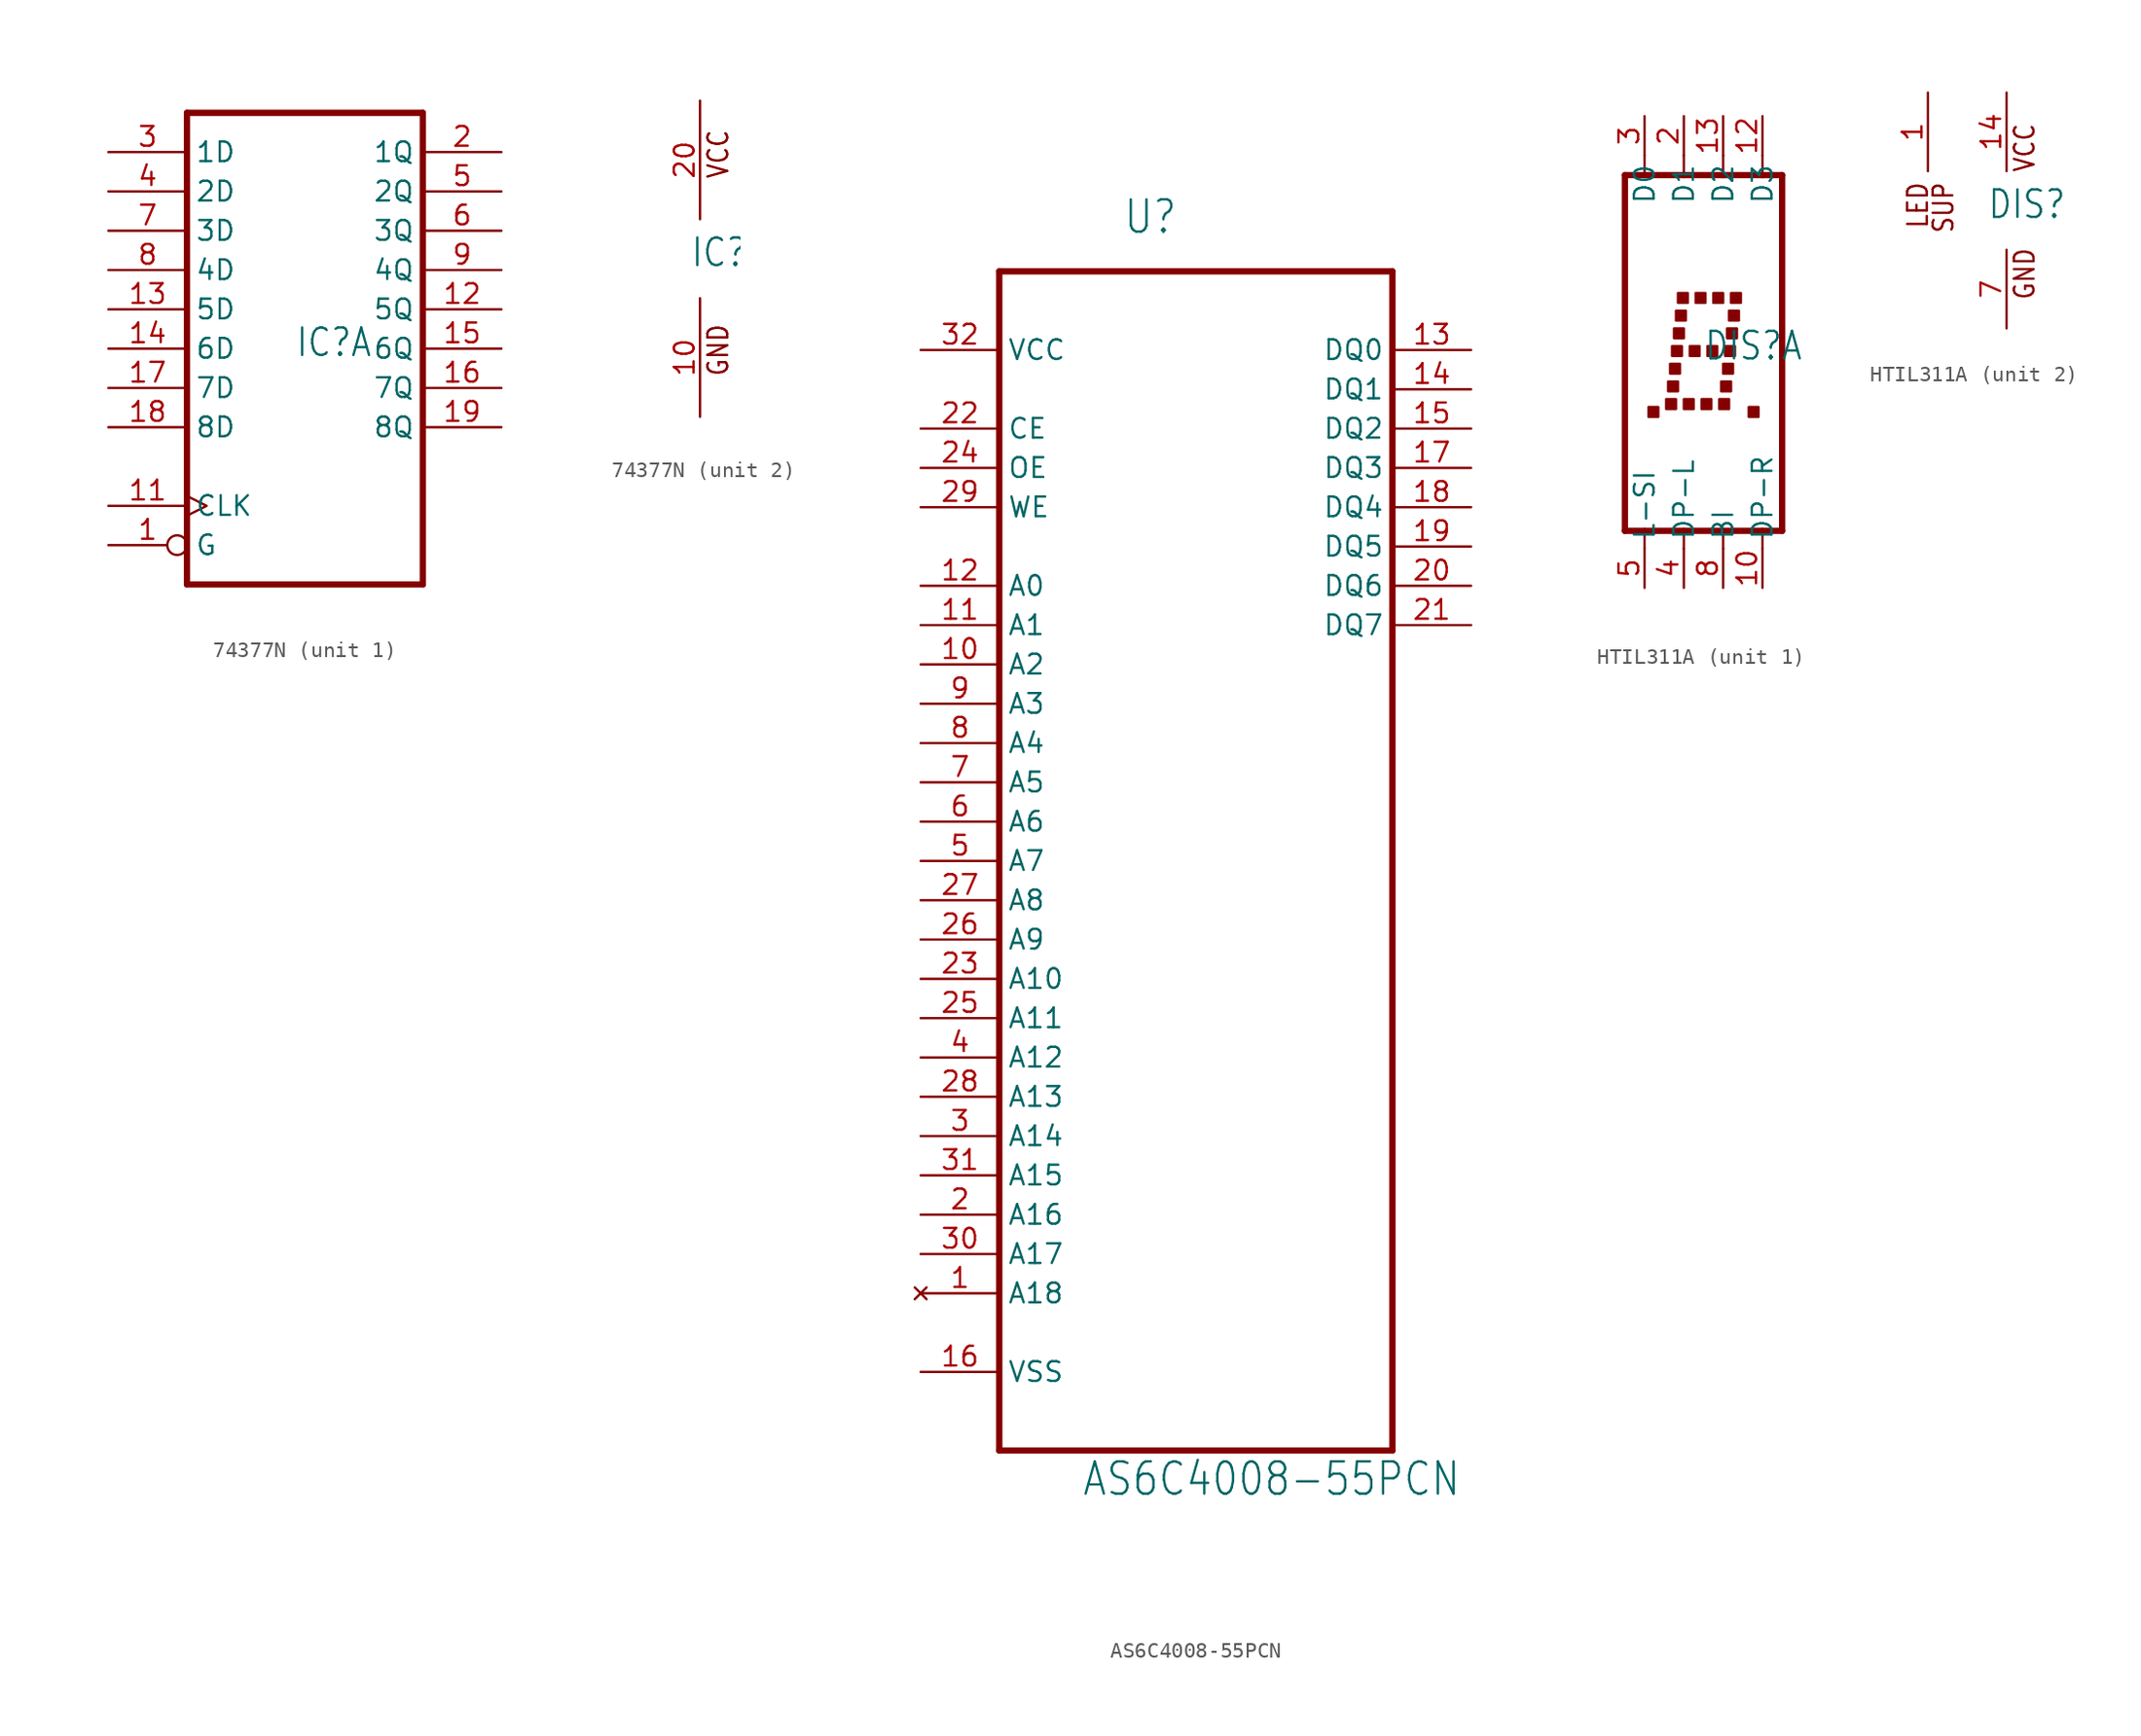
<source format=kicad_sym>
(kicad_symbol_lib
  (version 20211014)
  (generator kicad_symbol_editor)
  (symbol "74377N"
    (property "Reference" "IC"
      (at -0.635 -0.635 0)
      (effects (font (size 1.778 1.511)) (justify left bottom)))
    (property "ki_locked" ""
      (at 0 0 0)
      (effects (font (size 1.27 1.27))))
    (symbol "74377N_1_0"
      (polyline (pts (xy -7.62 -15.24) (xy 7.62 -15.24)) (stroke (width 0.406) (type default) (color 0 0 0 0)) (fill (type none)))
      (polyline (pts (xy -7.62 15.24) (xy -7.62 -15.24)) (stroke (width 0.406) (type default) (color 0 0 0 0)) (fill (type none)))
      (polyline (pts (xy 7.62 -15.24) (xy 7.62 15.24)) (stroke (width 0.406) (type default) (color 0 0 0 0)) (fill (type none)))
      (polyline (pts (xy 7.62 15.24) (xy -7.62 15.24)) (stroke (width 0.406) (type default) (color 0 0 0 0)) (fill (type none)))
      (pin input inverted (at -12.7 -12.7 0) (length 5.08) (name "G" (effects (font (size 1.27 1.27)))) (number "1" (effects (font (size 1.27 1.27)))))
      (pin input clock (at -12.7 -10.16 0) (length 5.08) (name "CLK" (effects (font (size 1.27 1.27)))) (number "11" (effects (font (size 1.27 1.27)))))
      (pin output line (at 12.7 2.54 180) (length 5.08) (name "5Q" (effects (font (size 1.27 1.27)))) (number "12" (effects (font (size 1.27 1.27)))))
      (pin input line (at -12.7 2.54 0) (length 5.08) (name "5D" (effects (font (size 1.27 1.27)))) (number "13" (effects (font (size 1.27 1.27)))))
      (pin input line (at -12.7 0 0) (length 5.08) (name "6D" (effects (font (size 1.27 1.27)))) (number "14" (effects (font (size 1.27 1.27)))))
      (pin output line (at 12.7 0 180) (length 5.08) (name "6Q" (effects (font (size 1.27 1.27)))) (number "15" (effects (font (size 1.27 1.27)))))
      (pin output line (at 12.7 -2.54 180) (length 5.08) (name "7Q" (effects (font (size 1.27 1.27)))) (number "16" (effects (font (size 1.27 1.27)))))
      (pin input line (at -12.7 -2.54 0) (length 5.08) (name "7D" (effects (font (size 1.27 1.27)))) (number "17" (effects (font (size 1.27 1.27)))))
      (pin input line (at -12.7 -5.08 0) (length 5.08) (name "8D" (effects (font (size 1.27 1.27)))) (number "18" (effects (font (size 1.27 1.27)))))
      (pin output line (at 12.7 -5.08 180) (length 5.08) (name "8Q" (effects (font (size 1.27 1.27)))) (number "19" (effects (font (size 1.27 1.27)))))
      (pin output line (at 12.7 12.7 180) (length 5.08) (name "1Q" (effects (font (size 1.27 1.27)))) (number "2" (effects (font (size 1.27 1.27)))))
      (pin input line (at -12.7 12.7 0) (length 5.08) (name "1D" (effects (font (size 1.27 1.27)))) (number "3" (effects (font (size 1.27 1.27)))))
      (pin input line (at -12.7 10.16 0) (length 5.08) (name "2D" (effects (font (size 1.27 1.27)))) (number "4" (effects (font (size 1.27 1.27)))))
      (pin output line (at 12.7 10.16 180) (length 5.08) (name "2Q" (effects (font (size 1.27 1.27)))) (number "5" (effects (font (size 1.27 1.27)))))
      (pin output line (at 12.7 7.62 180) (length 5.08) (name "3Q" (effects (font (size 1.27 1.27)))) (number "6" (effects (font (size 1.27 1.27)))))
      (pin input line (at -12.7 7.62 0) (length 5.08) (name "3D" (effects (font (size 1.27 1.27)))) (number "7" (effects (font (size 1.27 1.27)))))
      (pin input line (at -12.7 5.08 0) (length 5.08) (name "4D" (effects (font (size 1.27 1.27)))) (number "8" (effects (font (size 1.27 1.27)))))
      (pin output line (at 12.7 5.08 180) (length 5.08) (name "4Q" (effects (font (size 1.27 1.27)))) (number "9" (effects (font (size 1.27 1.27))))))
    (symbol "74377N_2_0"
      (text "GND" (at 1.905 -7.62 900) (effects (font (size 1.27 1.079)) (justify left bottom)))
      (text "VCC" (at 1.905 5.08 900) (effects (font (size 1.27 1.079)) (justify left bottom)))
      (pin power_in line (at 0 -10.16 90) (length 7.62) (name "GND" (effects (font (size 0 0)))) (number "10" (effects (font (size 1.27 1.27)))))
      (pin power_in line (at 0 10.16 270) (length 7.62) (name "VCC" (effects (font (size 0 0)))) (number "20" (effects (font (size 1.27 1.27)))))))
  (symbol "AS6C4008-55PCN"
    (property "Reference" "U"
      (at -4.724 37.871 0)
      (effects (font (size 2.083 1.77)) (justify left bottom)))
    (property "Value" "AS6C4008-55PCN"
      (at -7.391 -43.688 0)
      (effects (font (size 2.083 1.77)) (justify left bottom)))
    (property "ki_locked" ""
      (at 0 0 0)
      (effects (font (size 1.27 1.27))))
    (symbol "AS6C4008-55PCN_1_0"
      (polyline (pts (xy -12.7 -40.64) (xy 12.7 -40.64)) (stroke (width 0.406) (type default) (color 0 0 0 0)) (fill (type none)))
      (polyline (pts (xy -12.7 35.56) (xy -12.7 -40.64)) (stroke (width 0.406) (type default) (color 0 0 0 0)) (fill (type none)))
      (polyline (pts (xy 12.7 -40.64) (xy 12.7 35.56)) (stroke (width 0.406) (type default) (color 0 0 0 0)) (fill (type none)))
      (polyline (pts (xy 12.7 35.56) (xy -12.7 35.56)) (stroke (width 0.406) (type default) (color 0 0 0 0)) (fill (type none)))
      (pin no_connect line (at -17.78 -30.48 0) (length 5.08) (name "A18" (effects (font (size 1.27 1.27)))) (number "1" (effects (font (size 1.27 1.27)))))
      (pin input line (at -17.78 10.16 0) (length 5.08) (name "A2" (effects (font (size 1.27 1.27)))) (number "10" (effects (font (size 1.27 1.27)))))
      (pin input line (at -17.78 12.7 0) (length 5.08) (name "A1" (effects (font (size 1.27 1.27)))) (number "11" (effects (font (size 1.27 1.27)))))
      (pin input line (at -17.78 15.24 0) (length 5.08) (name "A0" (effects (font (size 1.27 1.27)))) (number "12" (effects (font (size 1.27 1.27)))))
      (pin bidirectional line (at 17.78 30.48 180) (length 5.08) (name "DQ0" (effects (font (size 1.27 1.27)))) (number "13" (effects (font (size 1.27 1.27)))))
      (pin bidirectional line (at 17.78 27.94 180) (length 5.08) (name "DQ1" (effects (font (size 1.27 1.27)))) (number "14" (effects (font (size 1.27 1.27)))))
      (pin bidirectional line (at 17.78 25.4 180) (length 5.08) (name "DQ2" (effects (font (size 1.27 1.27)))) (number "15" (effects (font (size 1.27 1.27)))))
      (pin bidirectional line (at -17.78 -35.56 0) (length 5.08) (name "VSS" (effects (font (size 1.27 1.27)))) (number "16" (effects (font (size 1.27 1.27)))))
      (pin bidirectional line (at 17.78 22.86 180) (length 5.08) (name "DQ3" (effects (font (size 1.27 1.27)))) (number "17" (effects (font (size 1.27 1.27)))))
      (pin bidirectional line (at 17.78 20.32 180) (length 5.08) (name "DQ4" (effects (font (size 1.27 1.27)))) (number "18" (effects (font (size 1.27 1.27)))))
      (pin bidirectional line (at 17.78 17.78 180) (length 5.08) (name "DQ5" (effects (font (size 1.27 1.27)))) (number "19" (effects (font (size 1.27 1.27)))))
      (pin input line (at -17.78 -25.4 0) (length 5.08) (name "A16" (effects (font (size 1.27 1.27)))) (number "2" (effects (font (size 1.27 1.27)))))
      (pin bidirectional line (at 17.78 15.24 180) (length 5.08) (name "DQ6" (effects (font (size 1.27 1.27)))) (number "20" (effects (font (size 1.27 1.27)))))
      (pin bidirectional line (at 17.78 12.7 180) (length 5.08) (name "DQ7" (effects (font (size 1.27 1.27)))) (number "21" (effects (font (size 1.27 1.27)))))
      (pin input line (at -17.78 25.4 0) (length 5.08) (name "CE" (effects (font (size 1.27 1.27)))) (number "22" (effects (font (size 1.27 1.27)))))
      (pin input line (at -17.78 -10.16 0) (length 5.08) (name "A10" (effects (font (size 1.27 1.27)))) (number "23" (effects (font (size 1.27 1.27)))))
      (pin input line (at -17.78 22.86 0) (length 5.08) (name "OE" (effects (font (size 1.27 1.27)))) (number "24" (effects (font (size 1.27 1.27)))))
      (pin input line (at -17.78 -12.7 0) (length 5.08) (name "A11" (effects (font (size 1.27 1.27)))) (number "25" (effects (font (size 1.27 1.27)))))
      (pin input line (at -17.78 -7.62 0) (length 5.08) (name "A9" (effects (font (size 1.27 1.27)))) (number "26" (effects (font (size 1.27 1.27)))))
      (pin input line (at -17.78 -5.08 0) (length 5.08) (name "A8" (effects (font (size 1.27 1.27)))) (number "27" (effects (font (size 1.27 1.27)))))
      (pin input line (at -17.78 -17.78 0) (length 5.08) (name "A13" (effects (font (size 1.27 1.27)))) (number "28" (effects (font (size 1.27 1.27)))))
      (pin input line (at -17.78 20.32 0) (length 5.08) (name "WE" (effects (font (size 1.27 1.27)))) (number "29" (effects (font (size 1.27 1.27)))))
      (pin input line (at -17.78 -20.32 0) (length 5.08) (name "A14" (effects (font (size 1.27 1.27)))) (number "3" (effects (font (size 1.27 1.27)))))
      (pin input line (at -17.78 -27.94 0) (length 5.08) (name "A17" (effects (font (size 1.27 1.27)))) (number "30" (effects (font (size 1.27 1.27)))))
      (pin input line (at -17.78 -22.86 0) (length 5.08) (name "A15" (effects (font (size 1.27 1.27)))) (number "31" (effects (font (size 1.27 1.27)))))
      (pin power_in line (at -17.78 30.48 0) (length 5.08) (name "VCC" (effects (font (size 1.27 1.27)))) (number "32" (effects (font (size 1.27 1.27)))))
      (pin input line (at -17.78 -15.24 0) (length 5.08) (name "A12" (effects (font (size 1.27 1.27)))) (number "4" (effects (font (size 1.27 1.27)))))
      (pin input line (at -17.78 -2.54 0) (length 5.08) (name "A7" (effects (font (size 1.27 1.27)))) (number "5" (effects (font (size 1.27 1.27)))))
      (pin input line (at -17.78 0 0) (length 5.08) (name "A6" (effects (font (size 1.27 1.27)))) (number "6" (effects (font (size 1.27 1.27)))))
      (pin input line (at -17.78 2.54 0) (length 5.08) (name "A5" (effects (font (size 1.27 1.27)))) (number "7" (effects (font (size 1.27 1.27)))))
      (pin input line (at -17.78 5.08 0) (length 5.08) (name "A4" (effects (font (size 1.27 1.27)))) (number "8" (effects (font (size 1.27 1.27)))))
      (pin input line (at -17.78 7.62 0) (length 5.08) (name "A3" (effects (font (size 1.27 1.27)))) (number "9" (effects (font (size 1.27 1.27)))))))
  (symbol "HTIL311A"
    (property "Reference" "DIS"
      (at -1.27 -0.635 0)
      (effects (font (size 1.778 1.511)) (justify left bottom)))
    (property "ki_locked" ""
      (at 0 0 0)
      (effects (font (size 1.27 1.27))))
    (symbol "HTIL311A_1_0"
      (rectangle (start -4.826 -4.191) (end -4.191 -3.556) (stroke (width 0) (type default) (color 0 0 0 0)) (fill (type outline)))
      (rectangle (start -3.683 -3.683) (end -3.048 -3.048) (stroke (width 0) (type default) (color 0 0 0 0)) (fill (type outline)))
      (rectangle (start -3.556 -2.54) (end -2.921 -1.905) (stroke (width 0) (type default) (color 0 0 0 0)) (fill (type outline)))
      (rectangle (start -3.429 -1.397) (end -2.794 -0.762) (stroke (width 0) (type default) (color 0 0 0 0)) (fill (type outline)))
      (rectangle (start -3.302 -0.254) (end -2.667 0.381) (stroke (width 0) (type default) (color 0 0 0 0)) (fill (type outline)))
      (rectangle (start -3.175 0.889) (end -2.54 1.524) (stroke (width 0) (type default) (color 0 0 0 0)) (fill (type outline)))
      (rectangle (start -3.048 2.032) (end -2.413 2.667) (stroke (width 0) (type default) (color 0 0 0 0)) (fill (type outline)))
      (rectangle (start -2.921 3.175) (end -2.286 3.81) (stroke (width 0) (type default) (color 0 0 0 0)) (fill (type outline)))
      (rectangle (start -2.54 -3.683) (end -1.905 -3.048) (stroke (width 0) (type default) (color 0 0 0 0)) (fill (type outline)))
      (rectangle (start -2.159 -0.254) (end -1.524 0.381) (stroke (width 0) (type default) (color 0 0 0 0)) (fill (type outline)))
      (rectangle (start -1.778 3.175) (end -1.143 3.81) (stroke (width 0) (type default) (color 0 0 0 0)) (fill (type outline)))
      (rectangle (start -1.397 -3.683) (end -0.762 -3.048) (stroke (width 0) (type default) (color 0 0 0 0)) (fill (type outline)))
      (rectangle (start -1.016 -0.254) (end -0.381 0.381) (stroke (width 0) (type default) (color 0 0 0 0)) (fill (type outline)))
      (rectangle (start -0.635 3.175) (end 0 3.81) (stroke (width 0) (type default) (color 0 0 0 0)) (fill (type outline)))
      (rectangle (start -0.254 -3.683) (end 0.381 -3.048) (stroke (width 0) (type default) (color 0 0 0 0)) (fill (type outline)))
      (rectangle (start -0.127 -2.54) (end 0.508 -1.905) (stroke (width 0) (type default) (color 0 0 0 0)) (fill (type outline)))
      (rectangle (start 0 -1.397) (end 0.635 -0.762) (stroke (width 0) (type default) (color 0 0 0 0)) (fill (type outline)))
      (polyline (pts (xy -6.35 -11.557) (xy -6.35 11.43)) (stroke (width 0.406) (type default) (color 0 0 0 0)) (fill (type none)))
      (polyline (pts (xy -6.35 -11.557) (xy 3.81 -11.557)) (stroke (width 0.406) (type default) (color 0 0 0 0)) (fill (type none)))
      (polyline (pts (xy -6.35 11.43) (xy -5.08 11.43)) (stroke (width 0.406) (type default) (color 0 0 0 0)) (fill (type none)))
      (polyline (pts (xy -5.08 -11.43) (xy -5.08 -12.7)) (stroke (width 0.152) (type default) (color 0 0 0 0)) (fill (type none)))
      (polyline (pts (xy -5.08 11.43) (xy -2.54 11.43)) (stroke (width 0.406) (type default) (color 0 0 0 0)) (fill (type none)))
      (polyline (pts (xy -5.08 12.7) (xy -5.08 11.43)) (stroke (width 0.152) (type default) (color 0 0 0 0)) (fill (type none)))
      (polyline (pts (xy -2.54 -11.43) (xy -2.54 -12.7)) (stroke (width 0.152) (type default) (color 0 0 0 0)) (fill (type none)))
      (polyline (pts (xy -2.54 11.43) (xy 0 11.43)) (stroke (width 0.406) (type default) (color 0 0 0 0)) (fill (type none)))
      (polyline (pts (xy -2.54 12.7) (xy -2.54 11.43)) (stroke (width 0.152) (type default) (color 0 0 0 0)) (fill (type none)))
      (polyline (pts (xy 0 -11.43) (xy 0 -12.7)) (stroke (width 0.152) (type default) (color 0 0 0 0)) (fill (type none)))
      (polyline (pts (xy 0 11.43) (xy 2.54 11.43)) (stroke (width 0.406) (type default) (color 0 0 0 0)) (fill (type none)))
      (polyline (pts (xy 0 12.7) (xy 0 11.43)) (stroke (width 0.152) (type default) (color 0 0 0 0)) (fill (type none)))
      (polyline (pts (xy 2.54 -11.43) (xy 2.54 -12.7)) (stroke (width 0.152) (type default) (color 0 0 0 0)) (fill (type none)))
      (polyline (pts (xy 2.54 11.43) (xy 3.81 11.43)) (stroke (width 0.406) (type default) (color 0 0 0 0)) (fill (type none)))
      (polyline (pts (xy 2.54 12.7) (xy 2.54 11.43)) (stroke (width 0.152) (type default) (color 0 0 0 0)) (fill (type none)))
      (polyline (pts (xy 3.81 11.43) (xy 3.81 -11.557)) (stroke (width 0.406) (type default) (color 0 0 0 0)) (fill (type none)))
      (rectangle (start 0.127 -0.254) (end 0.762 0.381) (stroke (width 0) (type default) (color 0 0 0 0)) (fill (type outline)))
      (rectangle (start 0.254 0.889) (end 0.889 1.524) (stroke (width 0) (type default) (color 0 0 0 0)) (fill (type outline)))
      (rectangle (start 0.381 2.032) (end 1.016 2.667) (stroke (width 0) (type default) (color 0 0 0 0)) (fill (type outline)))
      (rectangle (start 0.508 3.175) (end 1.143 3.81) (stroke (width 0) (type default) (color 0 0 0 0)) (fill (type outline)))
      (rectangle (start 1.651 -4.191) (end 2.286 -3.556) (stroke (width 0) (type default) (color 0 0 0 0)) (fill (type outline)))
      (pin input line (at 2.54 -15.24 90) (length 2.54) (name "DP-R" (effects (font (size 1.27 1.27)))) (number "10" (effects (font (size 1.27 1.27)))))
      (pin input line (at 2.54 15.24 270) (length 2.54) (name "D3" (effects (font (size 1.27 1.27)))) (number "12" (effects (font (size 1.27 1.27)))))
      (pin input line (at 0 15.24 270) (length 2.54) (name "D2" (effects (font (size 1.27 1.27)))) (number "13" (effects (font (size 1.27 1.27)))))
      (pin input line (at -2.54 15.24 270) (length 2.54) (name "D1" (effects (font (size 1.27 1.27)))) (number "2" (effects (font (size 1.27 1.27)))))
      (pin input line (at -5.08 15.24 270) (length 2.54) (name "D0" (effects (font (size 1.27 1.27)))) (number "3" (effects (font (size 1.27 1.27)))))
      (pin input line (at -2.54 -15.24 90) (length 2.54) (name "DP-L" (effects (font (size 1.27 1.27)))) (number "4" (effects (font (size 1.27 1.27)))))
      (pin input line (at -5.08 -15.24 90) (length 2.54) (name "L-SI" (effects (font (size 1.27 1.27)))) (number "5" (effects (font (size 1.27 1.27)))))
      (pin input line (at 0 -15.24 90) (length 2.54) (name "BI" (effects (font (size 1.27 1.27)))) (number "8" (effects (font (size 1.27 1.27))))))
    (symbol "HTIL311A_2_0"
      (text "GND" (at 1.905 -5.842 900) (effects (font (size 1.27 1.079)) (justify left bottom)))
      (text "LED" (at -6.477 1.905 900) (effects (font (size 1.27 1.079)) (justify right top)))
      (text "SUP" (at -4.826 1.905 900) (effects (font (size 1.27 1.079)) (justify right top)))
      (text "VCC" (at 1.905 2.413 900) (effects (font (size 1.27 1.079)) (justify left bottom)))
      (pin input line (at -5.08 7.62 270) (length 5.08) (name "LEDSUP" (effects (font (size 0 0)))) (number "1" (effects (font (size 1.27 1.27)))))
      (pin power_in line (at 0 7.62 270) (length 5.08) (name "VCC" (effects (font (size 0 0)))) (number "14" (effects (font (size 1.27 1.27)))))
      (pin power_in line (at 0 -7.62 90) (length 5.08) (name "GND" (effects (font (size 0 0)))) (number "7" (effects (font (size 1.27 1.27))))))))
</source>
